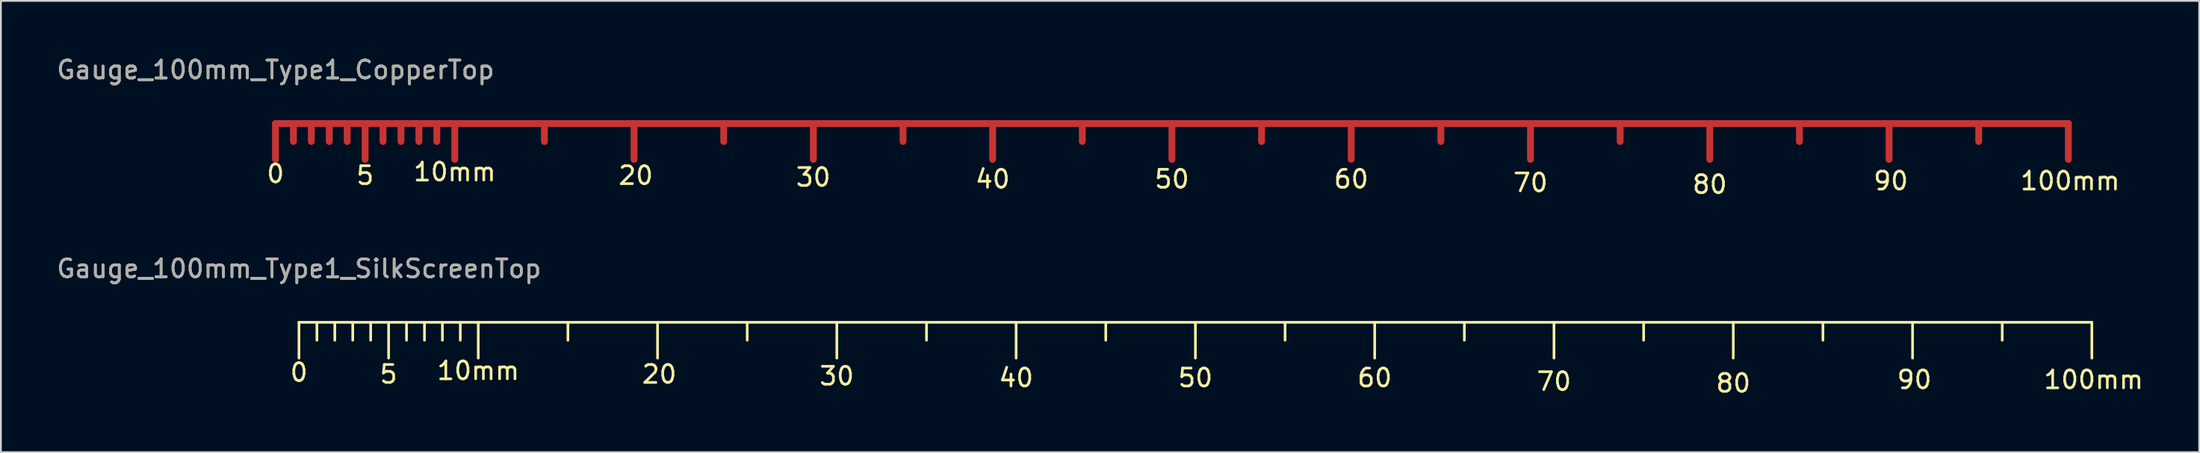
<source format=kicad_pcb>
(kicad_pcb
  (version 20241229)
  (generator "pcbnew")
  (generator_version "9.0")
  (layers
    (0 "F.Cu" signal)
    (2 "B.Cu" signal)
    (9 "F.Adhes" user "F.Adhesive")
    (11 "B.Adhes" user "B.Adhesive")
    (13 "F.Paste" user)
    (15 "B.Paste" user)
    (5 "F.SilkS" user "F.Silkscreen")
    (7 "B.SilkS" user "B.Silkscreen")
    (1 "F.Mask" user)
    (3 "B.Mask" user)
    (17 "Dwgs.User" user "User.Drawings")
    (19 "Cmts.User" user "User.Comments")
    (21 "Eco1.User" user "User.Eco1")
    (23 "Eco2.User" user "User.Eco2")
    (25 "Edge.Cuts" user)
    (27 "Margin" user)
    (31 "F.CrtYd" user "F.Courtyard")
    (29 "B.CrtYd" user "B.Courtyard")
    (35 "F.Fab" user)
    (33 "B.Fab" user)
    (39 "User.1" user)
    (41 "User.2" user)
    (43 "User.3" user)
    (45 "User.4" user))
  (footprint "Gauge_100mm_Type1_CopperTop"
    (layer "F.Cu")
    (at 12.315 3.848)
    (property "Reference" "Gauge_100mm_Type1_CopperTop" (at 0 -3 0) (layer "F.SilkS") (effects (font (size 1 1) (thickness 0.15))))
    (attr exclude_from_pos_files exclude_from_bom)
    (fp_line (start 0 0) (end 0 1.999) (stroke (width 0.381) (type solid)) (layer "F.Cu"))
    (fp_line (start 0 0) (end 10 0) (stroke (width 0.381) (type solid)) (layer "F.Cu"))
    (fp_line (start 1.001 0) (end 1.001 1.001) (stroke (width 0.381) (type solid)) (layer "F.Cu"))
    (fp_line (start 1.999 0) (end 1.999 1.001) (stroke (width 0.381) (type solid)) (layer "F.Cu"))
    (fp_line (start 3 0) (end 3 1.001) (stroke (width 0.381) (type solid)) (layer "F.Cu"))
    (fp_line (start 4 0) (end 4 1.001) (stroke (width 0.381) (type solid)) (layer "F.Cu"))
    (fp_line (start 5.001 0) (end 5.001 1.999) (stroke (width 0.381) (type solid)) (layer "F.Cu"))
    (fp_line (start 5.999 0) (end 5.999 1.001) (stroke (width 0.381) (type solid)) (layer "F.Cu"))
    (fp_line (start 7 0) (end 7 1.001) (stroke (width 0.381) (type solid)) (layer "F.Cu"))
    (fp_line (start 8.001 0) (end 8.001 1.001) (stroke (width 0.381) (type solid)) (layer "F.Cu"))
    (fp_line (start 8.999 0) (end 8.999 1.001) (stroke (width 0.381) (type solid)) (layer "F.Cu"))
    (fp_line (start 10 0) (end 10 1.999) (stroke (width 0.381) (type solid)) (layer "F.Cu"))
    (fp_line (start 10 0) (end 100 0) (stroke (width 0.381) (type solid)) (layer "F.Cu"))
    (fp_line (start 15.001 0) (end 15.001 1.001) (stroke (width 0.381) (type solid)) (layer "F.Cu"))
    (fp_line (start 20 0) (end 20 1.999) (stroke (width 0.381) (type solid)) (layer "F.Cu"))
    (fp_line (start 25.001 0) (end 25.001 1.001) (stroke (width 0.381) (type solid)) (layer "F.Cu"))
    (fp_line (start 30 0) (end 30 1.999) (stroke (width 0.381) (type solid)) (layer "F.Cu"))
    (fp_line (start 35.001 0) (end 35.001 1.001) (stroke (width 0.381) (type solid)) (layer "F.Cu"))
    (fp_line (start 40 0) (end 40 1.999) (stroke (width 0.381) (type solid)) (layer "F.Cu"))
    (fp_line (start 45.001 0) (end 45.001 1.001) (stroke (width 0.381) (type solid)) (layer "F.Cu"))
    (fp_line (start 50 0) (end 50 1.999) (stroke (width 0.381) (type solid)) (layer "F.Cu"))
    (fp_line (start 55.001 0) (end 55.001 1.001) (stroke (width 0.381) (type solid)) (layer "F.Cu"))
    (fp_line (start 60 0) (end 60 1.999) (stroke (width 0.381) (type solid)) (layer "F.Cu"))
    (fp_line (start 65.001 0) (end 65.001 1.001) (stroke (width 0.381) (type solid)) (layer "F.Cu"))
    (fp_line (start 70 0) (end 70 1.999) (stroke (width 0.381) (type solid)) (layer "F.Cu"))
    (fp_line (start 75.001 0) (end 75.001 1.001) (stroke (width 0.381) (type solid)) (layer "F.Cu"))
    (fp_line (start 80 0) (end 80 1.999) (stroke (width 0.381) (type solid)) (layer "F.Cu"))
    (fp_line (start 85.001 0) (end 85.001 1.001) (stroke (width 0.381) (type solid)) (layer "F.Cu"))
    (fp_line (start 90 0) (end 90 1.999) (stroke (width 0.381) (type solid)) (layer "F.Cu"))
    (fp_line (start 95.001 0) (end 95.001 1.001) (stroke (width 0.381) (type solid)) (layer "F.Cu"))
    (fp_line (start 100 0) (end 100 1.999) (stroke (width 0.381) (type solid)) (layer "F.Cu"))
    (fp_text user "20" (at 20.099 2.901 0) (layer "F.SilkS") (effects (font (size 1 1) (thickness 0.15))))
    (fp_text user "30" (at 30 3 0) (layer "F.SilkS") (effects (font (size 1 1) (thickness 0.15))))
    (fp_text user "60" (at 60 3.101 0) (layer "F.SilkS") (effects (font (size 1 1) (thickness 0.15))))
    (fp_text user "5" (at 4.999 2.901 0) (layer "F.SilkS") (effects (font (size 1 1) (thickness 0.15))))
    (fp_text user "40" (at 40 3.101 0) (layer "F.SilkS") (effects (font (size 1 1) (thickness 0.15))))
    (fp_text user "80" (at 80 3.401 0) (layer "F.SilkS") (effects (font (size 1 1) (thickness 0.15))))
    (fp_text user "10mm" (at 10 2.7 0) (layer "F.SilkS") (effects (font (size 1 1) (thickness 0.15))))
    (fp_text user "90" (at 90.101 3.203 0) (layer "F.SilkS") (effects (font (size 1 1) (thickness 0.15))))
    (fp_text user "100mm" (at 100.101 3.203 0) (layer "F.SilkS") (effects (font (size 1 1) (thickness 0.15))))
    (fp_text user "70" (at 70 3.302 0) (layer "F.SilkS") (effects (font (size 1 1) (thickness 0.15))))
    (fp_text user "50" (at 50 3.101 0) (layer "F.SilkS") (effects (font (size 1 1) (thickness 0.15))))
    (fp_text user "0" (at 0 2.799 0) (layer "F.SilkS") (effects (font (size 1 1) (thickness 0.15))))
    (fp_text user "${REFERENCE}" (at 0 -3 0) (layer "F.Fab") (effects (font (size 1 1) (thickness 0.15)))))
  (footprint "Gauge_100mm_Type1_SilkScreenTop"
    (layer "F.Cu")
    (at 13.625 14.945)
    (property "Reference" "Gauge_100mm_Type1_SilkScreenTop" (at 0 -3 0) (layer "F.SilkS") (effects (font (size 1 1) (thickness 0.15))))
    (attr exclude_from_pos_files exclude_from_bom)
    (fp_line (start 0 0) (end 0 1.999) (stroke (width 0.15) (type solid)) (layer "F.SilkS"))
    (fp_line (start 0 0) (end 10 0) (stroke (width 0.15) (type solid)) (layer "F.SilkS"))
    (fp_line (start 1.001 0) (end 1.001 1.001) (stroke (width 0.15) (type solid)) (layer "F.SilkS"))
    (fp_line (start 1.999 0) (end 1.999 1.001) (stroke (width 0.15) (type solid)) (layer "F.SilkS"))
    (fp_line (start 3 0) (end 3 1.001) (stroke (width 0.15) (type solid)) (layer "F.SilkS"))
    (fp_line (start 4 0) (end 4 1.001) (stroke (width 0.15) (type solid)) (layer "F.SilkS"))
    (fp_line (start 5.001 0) (end 5.001 1.999) (stroke (width 0.15) (type solid)) (layer "F.SilkS"))
    (fp_line (start 5.999 0) (end 5.999 1.001) (stroke (width 0.15) (type solid)) (layer "F.SilkS"))
    (fp_line (start 7 0) (end 7 1.001) (stroke (width 0.15) (type solid)) (layer "F.SilkS"))
    (fp_line (start 8.001 0) (end 8.001 1.001) (stroke (width 0.15) (type solid)) (layer "F.SilkS"))
    (fp_line (start 8.999 0) (end 8.999 1.001) (stroke (width 0.15) (type solid)) (layer "F.SilkS"))
    (fp_line (start 10 0) (end 10 1.999) (stroke (width 0.15) (type solid)) (layer "F.SilkS"))
    (fp_line (start 10 0) (end 100 0) (stroke (width 0.15) (type solid)) (layer "F.SilkS"))
    (fp_line (start 15.001 0) (end 15.001 1.001) (stroke (width 0.15) (type solid)) (layer "F.SilkS"))
    (fp_line (start 20 0) (end 20 1.999) (stroke (width 0.15) (type solid)) (layer "F.SilkS"))
    (fp_line (start 25.001 0) (end 25.001 1.001) (stroke (width 0.15) (type solid)) (layer "F.SilkS"))
    (fp_line (start 30 0) (end 30 1.999) (stroke (width 0.15) (type solid)) (layer "F.SilkS"))
    (fp_line (start 35.001 0) (end 35.001 1.001) (stroke (width 0.15) (type solid)) (layer "F.SilkS"))
    (fp_line (start 40 0) (end 40 1.999) (stroke (width 0.15) (type solid)) (layer "F.SilkS"))
    (fp_line (start 45.001 0) (end 45.001 1.001) (stroke (width 0.15) (type solid)) (layer "F.SilkS"))
    (fp_line (start 50 0) (end 50 1.999) (stroke (width 0.15) (type solid)) (layer "F.SilkS"))
    (fp_line (start 55.001 0) (end 55.001 1.001) (stroke (width 0.15) (type solid)) (layer "F.SilkS"))
    (fp_line (start 60 0) (end 60 1.999) (stroke (width 0.15) (type solid)) (layer "F.SilkS"))
    (fp_line (start 65.001 0) (end 65.001 1.001) (stroke (width 0.15) (type solid)) (layer "F.SilkS"))
    (fp_line (start 70 0) (end 70 1.999) (stroke (width 0.15) (type solid)) (layer "F.SilkS"))
    (fp_line (start 75.001 0) (end 75.001 1.001) (stroke (width 0.15) (type solid)) (layer "F.SilkS"))
    (fp_line (start 80 0) (end 80 1.999) (stroke (width 0.15) (type solid)) (layer "F.SilkS"))
    (fp_line (start 85.001 0) (end 85.001 1.001) (stroke (width 0.15) (type solid)) (layer "F.SilkS"))
    (fp_line (start 90 0) (end 90 1.999) (stroke (width 0.15) (type solid)) (layer "F.SilkS"))
    (fp_line (start 95.001 0) (end 95.001 1.001) (stroke (width 0.15) (type solid)) (layer "F.SilkS"))
    (fp_line (start 100 0) (end 100 1.999) (stroke (width 0.15) (type solid)) (layer "F.SilkS"))
    (fp_text user "10mm" (at 10 2.7 0) (layer "F.SilkS") (effects (font (size 1 1) (thickness 0.15))))
    (fp_text user "80" (at 80 3.401 0) (layer "F.SilkS") (effects (font (size 1 1) (thickness 0.15))))
    (fp_text user "50" (at 50 3.101 0) (layer "F.SilkS") (effects (font (size 1 1) (thickness 0.15))))
    (fp_text user "30" (at 30 3 0) (layer "F.SilkS") (effects (font (size 1 1) (thickness 0.15))))
    (fp_text user "100mm" (at 100.101 3.203 0) (layer "F.SilkS") (effects (font (size 1 1) (thickness 0.15))))
    (fp_text user "40" (at 40 3.101 0) (layer "F.SilkS") (effects (font (size 1 1) (thickness 0.15))))
    (fp_text user "70" (at 70 3.302 0) (layer "F.SilkS") (effects (font (size 1 1) (thickness 0.15))))
    (fp_text user "90" (at 90.101 3.203 0) (layer "F.SilkS") (effects (font (size 1 1) (thickness 0.15))))
    (fp_text user "0" (at 0 2.799 0) (layer "F.SilkS") (effects (font (size 1 1) (thickness 0.15))))
    (fp_text user "20" (at 20.099 2.901 0) (layer "F.SilkS") (effects (font (size 1 1) (thickness 0.15))))
    (fp_text user "5" (at 4.999 2.901 0) (layer "F.SilkS") (effects (font (size 1 1) (thickness 0.15))))
    (fp_text user "60" (at 60 3.101 0) (layer "F.SilkS") (effects (font (size 1 1) (thickness 0.15))))
    (fp_text user "${REFERENCE}" (at 0 -3 0) (layer "F.Fab") (effects (font (size 1 1) (thickness 0.15)))))
  (gr_rect
    (start -3 -3)
    (end 119.613 22.195)
    (stroke (width 0.1) (type default))
    (fill no)
    (layer "Edge.Cuts")))
</source>
